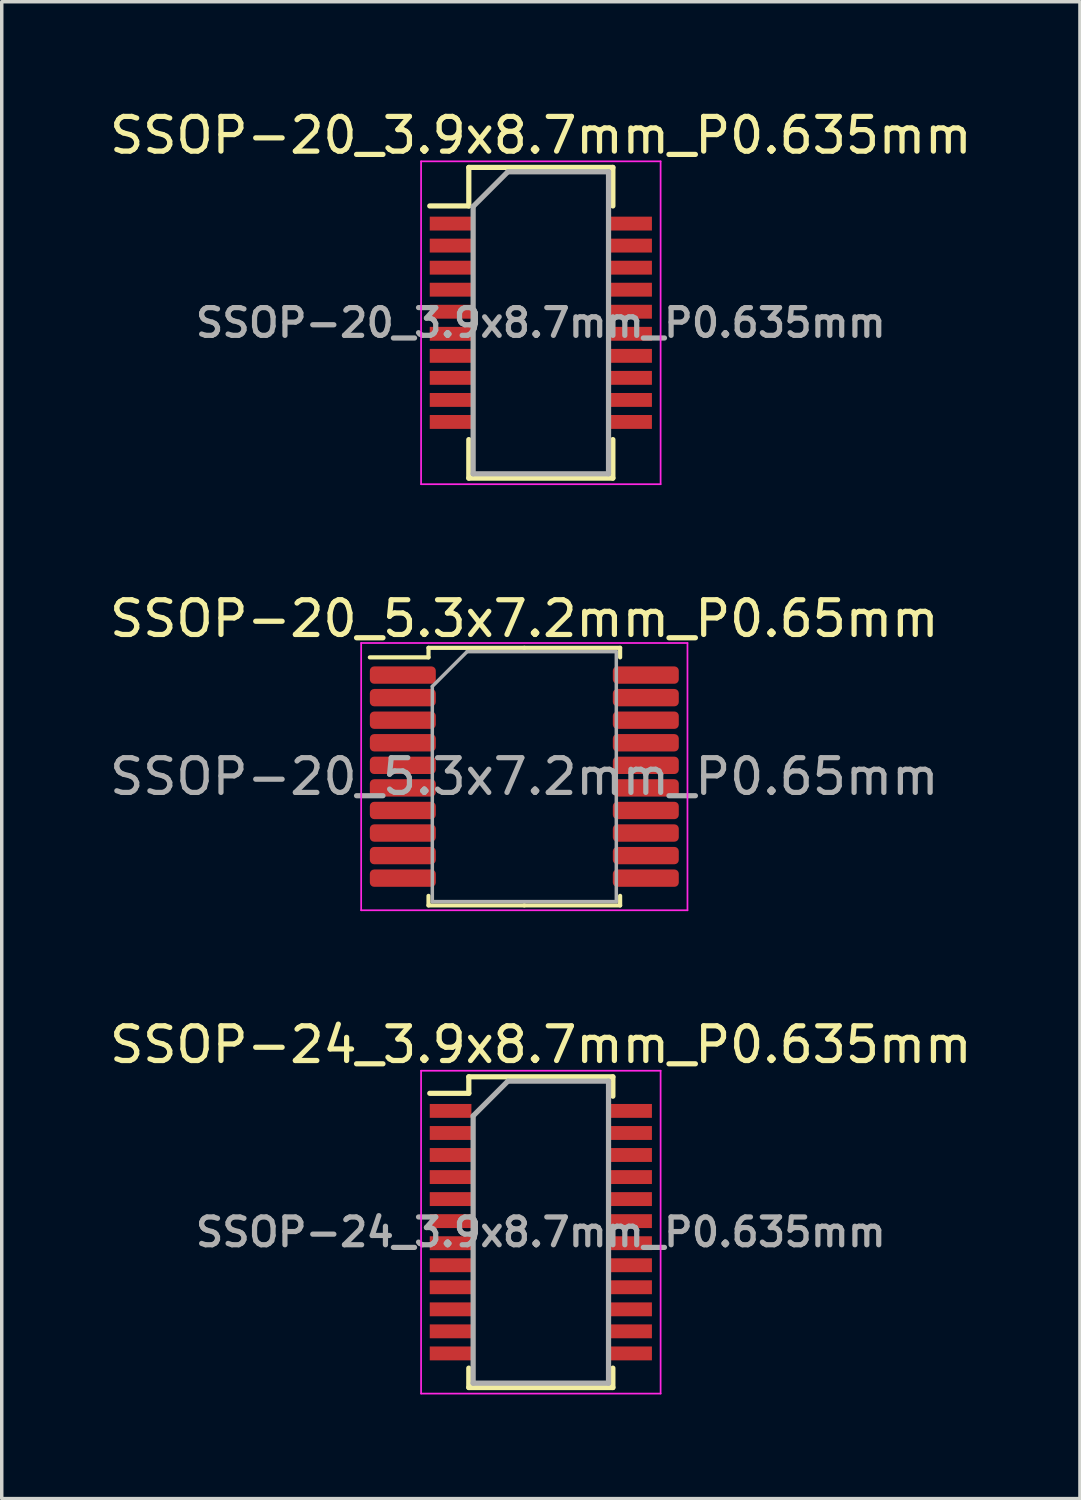
<source format=kicad_pcb>
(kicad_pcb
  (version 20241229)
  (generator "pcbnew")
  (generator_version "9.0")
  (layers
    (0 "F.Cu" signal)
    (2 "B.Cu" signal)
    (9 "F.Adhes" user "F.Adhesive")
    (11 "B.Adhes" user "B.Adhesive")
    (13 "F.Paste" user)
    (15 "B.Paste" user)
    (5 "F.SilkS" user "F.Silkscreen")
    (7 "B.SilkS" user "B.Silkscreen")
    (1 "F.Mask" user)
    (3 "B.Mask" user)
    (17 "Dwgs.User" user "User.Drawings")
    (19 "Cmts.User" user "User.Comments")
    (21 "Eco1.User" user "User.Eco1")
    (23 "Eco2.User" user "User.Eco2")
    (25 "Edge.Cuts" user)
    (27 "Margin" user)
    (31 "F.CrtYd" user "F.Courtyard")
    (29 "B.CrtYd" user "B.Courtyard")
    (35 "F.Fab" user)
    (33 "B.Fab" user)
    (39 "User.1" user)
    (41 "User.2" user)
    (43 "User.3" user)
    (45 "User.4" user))
  (footprint "SSOP-20_3.9x8.7mm_P0.635mm"
    (layer "F.Cu")
    (at 12.53 6.248)
    (property "Reference" "SSOP-20_3.9x8.7mm_P0.635mm" (at 0 -5.4 0) (layer "F.SilkS") (effects (font (size 1 1) (thickness 0.15))))
    (attr smd)
    (fp_line (start -2.075 -4.475) (end 2.075 -4.475) (stroke (width 0.15) (type solid)) (layer "F.SilkS"))
    (fp_line (start -2.075 -3.365) (end -3.2 -3.365) (stroke (width 0.15) (type solid)) (layer "F.SilkS"))
    (fp_line (start -2.075 -3.365) (end -2.075 -4.475) (stroke (width 0.15) (type solid)) (layer "F.SilkS"))
    (fp_line (start -2.075 4.475) (end -2.075 3.365) (stroke (width 0.15) (type solid)) (layer "F.SilkS"))
    (fp_line (start -2.075 4.475) (end 2.075 4.475) (stroke (width 0.15) (type solid)) (layer "F.SilkS"))
    (fp_line (start 2.075 -4.475) (end 2.075 -3.365) (stroke (width 0.15) (type solid)) (layer "F.SilkS"))
    (fp_line (start 2.075 4.475) (end 2.075 3.365) (stroke (width 0.15) (type solid)) (layer "F.SilkS"))
    (fp_line (start -3.45 -4.65) (end -3.45 4.65) (stroke (width 0.05) (type solid)) (layer "F.CrtYd"))
    (fp_line (start -3.45 -4.65) (end 3.45 -4.65) (stroke (width 0.05) (type solid)) (layer "F.CrtYd"))
    (fp_line (start -3.45 4.65) (end 3.45 4.65) (stroke (width 0.05) (type solid)) (layer "F.CrtYd"))
    (fp_line (start 3.45 -4.65) (end 3.45 4.65) (stroke (width 0.05) (type solid)) (layer "F.CrtYd"))
    (fp_line (start -1.95 -3.35) (end -0.95 -4.35) (stroke (width 0.15) (type solid)) (layer "F.Fab"))
    (fp_line (start -1.95 4.35) (end -1.95 -3.35) (stroke (width 0.15) (type solid)) (layer "F.Fab"))
    (fp_line (start -0.95 -4.35) (end 1.95 -4.35) (stroke (width 0.15) (type solid)) (layer "F.Fab"))
    (fp_line (start 1.95 -4.35) (end 1.95 4.35) (stroke (width 0.15) (type solid)) (layer "F.Fab"))
    (fp_line (start 1.95 4.35) (end -1.95 4.35) (stroke (width 0.15) (type solid)) (layer "F.Fab"))
    (fp_text user "${REFERENCE}" (at 0 0 0) (layer "F.Fab") (effects (font (size 0.8 0.8) (thickness 0.15))))
    (pad "1" smd rect (at -2.6 -2.857) (size 1.2 0.4) (layers "F.Cu" "F.Mask" "F.Paste"))
    (pad "2" smd rect (at -2.6 -2.223) (size 1.2 0.4) (layers "F.Cu" "F.Mask" "F.Paste"))
    (pad "3" smd rect (at -2.6 -1.587) (size 1.2 0.4) (layers "F.Cu" "F.Mask" "F.Paste"))
    (pad "4" smd rect (at -2.6 -0.953) (size 1.2 0.4) (layers "F.Cu" "F.Mask" "F.Paste"))
    (pad "5" smd rect (at -2.6 -0.318) (size 1.2 0.4) (layers "F.Cu" "F.Mask" "F.Paste"))
    (pad "6" smd rect (at -2.6 0.318) (size 1.2 0.4) (layers "F.Cu" "F.Mask" "F.Paste"))
    (pad "7" smd rect (at -2.6 0.953) (size 1.2 0.4) (layers "F.Cu" "F.Mask" "F.Paste"))
    (pad "8" smd rect (at -2.6 1.587) (size 1.2 0.4) (layers "F.Cu" "F.Mask" "F.Paste"))
    (pad "9" smd rect (at -2.6 2.223) (size 1.2 0.4) (layers "F.Cu" "F.Mask" "F.Paste"))
    (pad "10" smd rect (at -2.6 2.857) (size 1.2 0.4) (layers "F.Cu" "F.Mask" "F.Paste"))
    (pad "11" smd rect (at 2.6 2.857) (size 1.2 0.4) (layers "F.Cu" "F.Mask" "F.Paste"))
    (pad "12" smd rect (at 2.6 2.223) (size 1.2 0.4) (layers "F.Cu" "F.Mask" "F.Paste"))
    (pad "13" smd rect (at 2.6 1.587) (size 1.2 0.4) (layers "F.Cu" "F.Mask" "F.Paste"))
    (pad "14" smd rect (at 2.6 0.953) (size 1.2 0.4) (layers "F.Cu" "F.Mask" "F.Paste"))
    (pad "15" smd rect (at 2.6 0.318) (size 1.2 0.4) (layers "F.Cu" "F.Mask" "F.Paste"))
    (pad "16" smd rect (at 2.6 -0.318) (size 1.2 0.4) (layers "F.Cu" "F.Mask" "F.Paste"))
    (pad "17" smd rect (at 2.6 -0.953) (size 1.2 0.4) (layers "F.Cu" "F.Mask" "F.Paste"))
    (pad "18" smd rect (at 2.6 -1.587) (size 1.2 0.4) (layers "F.Cu" "F.Mask" "F.Paste"))
    (pad "19" smd rect (at 2.6 -2.223) (size 1.2 0.4) (layers "F.Cu" "F.Mask" "F.Paste"))
    (pad "20" smd rect (at 2.6 -2.857) (size 1.2 0.4) (layers "F.Cu" "F.Mask" "F.Paste")))
  (footprint "SSOP-24_3.9x8.7mm_P0.635mm"
    (layer "F.Cu")
    (at 12.53 32.445)
    (property "Reference" "SSOP-24_3.9x8.7mm_P0.635mm" (at 0 -5.4 0) (layer "F.SilkS") (effects (font (size 1 1) (thickness 0.15))))
    (attr smd)
    (fp_line (start -2.075 -4.475) (end -2.075 -4) (stroke (width 0.15) (type solid)) (layer "F.SilkS"))
    (fp_line (start -2.075 -4.475) (end 2.075 -4.475) (stroke (width 0.15) (type solid)) (layer "F.SilkS"))
    (fp_line (start -2.075 -4) (end -3.2 -4) (stroke (width 0.15) (type solid)) (layer "F.SilkS"))
    (fp_line (start -2.075 4.475) (end -2.075 3.917) (stroke (width 0.15) (type solid)) (layer "F.SilkS"))
    (fp_line (start -2.075 4.475) (end 2.075 4.475) (stroke (width 0.15) (type solid)) (layer "F.SilkS"))
    (fp_line (start 2.075 -4.475) (end 2.075 -3.917) (stroke (width 0.15) (type solid)) (layer "F.SilkS"))
    (fp_line (start 2.075 4.475) (end 2.075 3.917) (stroke (width 0.15) (type solid)) (layer "F.SilkS"))
    (fp_line (start -3.45 -4.65) (end -3.45 4.65) (stroke (width 0.05) (type solid)) (layer "F.CrtYd"))
    (fp_line (start -3.45 -4.65) (end 3.45 -4.65) (stroke (width 0.05) (type solid)) (layer "F.CrtYd"))
    (fp_line (start -3.45 4.65) (end 3.45 4.65) (stroke (width 0.05) (type solid)) (layer "F.CrtYd"))
    (fp_line (start 3.45 -4.65) (end 3.45 4.65) (stroke (width 0.05) (type solid)) (layer "F.CrtYd"))
    (fp_line (start -1.95 -3.35) (end -0.95 -4.35) (stroke (width 0.15) (type solid)) (layer "F.Fab"))
    (fp_line (start -1.95 4.35) (end -1.95 -3.35) (stroke (width 0.15) (type solid)) (layer "F.Fab"))
    (fp_line (start -0.95 -4.35) (end 1.95 -4.35) (stroke (width 0.15) (type solid)) (layer "F.Fab"))
    (fp_line (start 1.95 -4.35) (end 1.95 4.35) (stroke (width 0.15) (type solid)) (layer "F.Fab"))
    (fp_line (start 1.95 4.35) (end -1.95 4.35) (stroke (width 0.15) (type solid)) (layer "F.Fab"))
    (fp_text user "${REFERENCE}" (at 0 0 0) (layer "F.Fab") (effects (font (size 0.8 0.8) (thickness 0.15))))
    (pad "1" smd rect (at -2.6 -3.493) (size 1.2 0.4) (layers "F.Cu" "F.Mask" "F.Paste"))
    (pad "2" smd rect (at -2.6 -2.857) (size 1.2 0.4) (layers "F.Cu" "F.Mask" "F.Paste"))
    (pad "3" smd rect (at -2.6 -2.223) (size 1.2 0.4) (layers "F.Cu" "F.Mask" "F.Paste"))
    (pad "4" smd rect (at -2.6 -1.587) (size 1.2 0.4) (layers "F.Cu" "F.Mask" "F.Paste"))
    (pad "5" smd rect (at -2.6 -0.953) (size 1.2 0.4) (layers "F.Cu" "F.Mask" "F.Paste"))
    (pad "6" smd rect (at -2.6 -0.318) (size 1.2 0.4) (layers "F.Cu" "F.Mask" "F.Paste"))
    (pad "7" smd rect (at -2.6 0.318) (size 1.2 0.4) (layers "F.Cu" "F.Mask" "F.Paste"))
    (pad "8" smd rect (at -2.6 0.953) (size 1.2 0.4) (layers "F.Cu" "F.Mask" "F.Paste"))
    (pad "9" smd rect (at -2.6 1.587) (size 1.2 0.4) (layers "F.Cu" "F.Mask" "F.Paste"))
    (pad "10" smd rect (at -2.6 2.223) (size 1.2 0.4) (layers "F.Cu" "F.Mask" "F.Paste"))
    (pad "11" smd rect (at -2.6 2.857) (size 1.2 0.4) (layers "F.Cu" "F.Mask" "F.Paste"))
    (pad "12" smd rect (at -2.6 3.493) (size 1.2 0.4) (layers "F.Cu" "F.Mask" "F.Paste"))
    (pad "13" smd rect (at 2.6 3.493) (size 1.2 0.4) (layers "F.Cu" "F.Mask" "F.Paste"))
    (pad "14" smd rect (at 2.6 2.857) (size 1.2 0.4) (layers "F.Cu" "F.Mask" "F.Paste"))
    (pad "15" smd rect (at 2.6 2.223) (size 1.2 0.4) (layers "F.Cu" "F.Mask" "F.Paste"))
    (pad "16" smd rect (at 2.6 1.587) (size 1.2 0.4) (layers "F.Cu" "F.Mask" "F.Paste"))
    (pad "17" smd rect (at 2.6 0.953) (size 1.2 0.4) (layers "F.Cu" "F.Mask" "F.Paste"))
    (pad "18" smd rect (at 2.6 0.318) (size 1.2 0.4) (layers "F.Cu" "F.Mask" "F.Paste"))
    (pad "19" smd rect (at 2.6 -0.318) (size 1.2 0.4) (layers "F.Cu" "F.Mask" "F.Paste"))
    (pad "20" smd rect (at 2.6 -0.953) (size 1.2 0.4) (layers "F.Cu" "F.Mask" "F.Paste"))
    (pad "21" smd rect (at 2.6 -1.587) (size 1.2 0.4) (layers "F.Cu" "F.Mask" "F.Paste"))
    (pad "22" smd rect (at 2.6 -2.223) (size 1.2 0.4) (layers "F.Cu" "F.Mask" "F.Paste"))
    (pad "23" smd rect (at 2.6 -2.857) (size 1.2 0.4) (layers "F.Cu" "F.Mask" "F.Paste"))
    (pad "24" smd rect (at 2.6 -3.493) (size 1.2 0.4) (layers "F.Cu" "F.Mask" "F.Paste")))
  (footprint "SSOP-20_5.3x7.2mm_P0.65mm"
    (layer "F.Cu")
    (at 12.054 19.322)
    (property "Reference" "SSOP-20_5.3x7.2mm_P0.65mm" (at 0 -4.55 0) (layer "F.SilkS") (effects (font (size 1 1) (thickness 0.15))))
    (attr smd)
    (fp_line (start -2.76 -3.71) (end -2.76 -3.435) (stroke (width 0.12) (type solid)) (layer "F.SilkS"))
    (fp_line (start -2.76 -3.435) (end -4.45 -3.435) (stroke (width 0.12) (type solid)) (layer "F.SilkS"))
    (fp_line (start -2.76 3.71) (end -2.76 3.435) (stroke (width 0.12) (type solid)) (layer "F.SilkS"))
    (fp_line (start 0 -3.71) (end -2.76 -3.71) (stroke (width 0.12) (type solid)) (layer "F.SilkS"))
    (fp_line (start 0 -3.71) (end 2.76 -3.71) (stroke (width 0.12) (type solid)) (layer "F.SilkS"))
    (fp_line (start 0 3.71) (end -2.76 3.71) (stroke (width 0.12) (type solid)) (layer "F.SilkS"))
    (fp_line (start 0 3.71) (end 2.76 3.71) (stroke (width 0.12) (type solid)) (layer "F.SilkS"))
    (fp_line (start 2.76 -3.71) (end 2.76 -3.435) (stroke (width 0.12) (type solid)) (layer "F.SilkS"))
    (fp_line (start 2.76 3.71) (end 2.76 3.435) (stroke (width 0.12) (type solid)) (layer "F.SilkS"))
    (fp_line (start -4.7 -3.85) (end -4.7 3.85) (stroke (width 0.05) (type solid)) (layer "F.CrtYd"))
    (fp_line (start -4.7 3.85) (end 4.7 3.85) (stroke (width 0.05) (type solid)) (layer "F.CrtYd"))
    (fp_line (start 4.7 -3.85) (end -4.7 -3.85) (stroke (width 0.05) (type solid)) (layer "F.CrtYd"))
    (fp_line (start 4.7 3.85) (end 4.7 -3.85) (stroke (width 0.05) (type solid)) (layer "F.CrtYd"))
    (fp_line (start -2.65 -2.6) (end -1.65 -3.6) (stroke (width 0.1) (type solid)) (layer "F.Fab"))
    (fp_line (start -2.65 3.6) (end -2.65 -2.6) (stroke (width 0.1) (type solid)) (layer "F.Fab"))
    (fp_line (start -1.65 -3.6) (end 2.65 -3.6) (stroke (width 0.1) (type solid)) (layer "F.Fab"))
    (fp_line (start 2.65 -3.6) (end 2.65 3.6) (stroke (width 0.1) (type solid)) (layer "F.Fab"))
    (fp_line (start 2.65 3.6) (end -2.65 3.6) (stroke (width 0.1) (type solid)) (layer "F.Fab"))
    (fp_text user "${REFERENCE}" (at 0 0 0) (layer "F.Fab") (effects (font (size 1 1) (thickness 0.15))))
    (pad "1" smd roundrect (at -3.5 -2.925) (size 1.9 0.5) (layers "F.Cu" "F.Mask" "F.Paste") (roundrect_rratio 0.25))
    (pad "2" smd roundrect (at -3.5 -2.275) (size 1.9 0.5) (layers "F.Cu" "F.Mask" "F.Paste") (roundrect_rratio 0.25))
    (pad "3" smd roundrect (at -3.5 -1.625) (size 1.9 0.5) (layers "F.Cu" "F.Mask" "F.Paste") (roundrect_rratio 0.25))
    (pad "4" smd roundrect (at -3.5 -0.975) (size 1.9 0.5) (layers "F.Cu" "F.Mask" "F.Paste") (roundrect_rratio 0.25))
    (pad "5" smd roundrect (at -3.5 -0.325) (size 1.9 0.5) (layers "F.Cu" "F.Mask" "F.Paste") (roundrect_rratio 0.25))
    (pad "6" smd roundrect (at -3.5 0.325) (size 1.9 0.5) (layers "F.Cu" "F.Mask" "F.Paste") (roundrect_rratio 0.25))
    (pad "7" smd roundrect (at -3.5 0.975) (size 1.9 0.5) (layers "F.Cu" "F.Mask" "F.Paste") (roundrect_rratio 0.25))
    (pad "8" smd roundrect (at -3.5 1.625) (size 1.9 0.5) (layers "F.Cu" "F.Mask" "F.Paste") (roundrect_rratio 0.25))
    (pad "9" smd roundrect (at -3.5 2.275) (size 1.9 0.5) (layers "F.Cu" "F.Mask" "F.Paste") (roundrect_rratio 0.25))
    (pad "10" smd roundrect (at -3.5 2.925) (size 1.9 0.5) (layers "F.Cu" "F.Mask" "F.Paste") (roundrect_rratio 0.25))
    (pad "11" smd roundrect (at 3.5 2.925) (size 1.9 0.5) (layers "F.Cu" "F.Mask" "F.Paste") (roundrect_rratio 0.25))
    (pad "12" smd roundrect (at 3.5 2.275) (size 1.9 0.5) (layers "F.Cu" "F.Mask" "F.Paste") (roundrect_rratio 0.25))
    (pad "13" smd roundrect (at 3.5 1.625) (size 1.9 0.5) (layers "F.Cu" "F.Mask" "F.Paste") (roundrect_rratio 0.25))
    (pad "14" smd roundrect (at 3.5 0.975) (size 1.9 0.5) (layers "F.Cu" "F.Mask" "F.Paste") (roundrect_rratio 0.25))
    (pad "15" smd roundrect (at 3.5 0.325) (size 1.9 0.5) (layers "F.Cu" "F.Mask" "F.Paste") (roundrect_rratio 0.25))
    (pad "16" smd roundrect (at 3.5 -0.325) (size 1.9 0.5) (layers "F.Cu" "F.Mask" "F.Paste") (roundrect_rratio 0.25))
    (pad "17" smd roundrect (at 3.5 -0.975) (size 1.9 0.5) (layers "F.Cu" "F.Mask" "F.Paste") (roundrect_rratio 0.25))
    (pad "18" smd roundrect (at 3.5 -1.625) (size 1.9 0.5) (layers "F.Cu" "F.Mask" "F.Paste") (roundrect_rratio 0.25))
    (pad "19" smd roundrect (at 3.5 -2.275) (size 1.9 0.5) (layers "F.Cu" "F.Mask" "F.Paste") (roundrect_rratio 0.25))
    (pad "20" smd roundrect (at 3.5 -2.925) (size 1.9 0.5) (layers "F.Cu" "F.Mask" "F.Paste") (roundrect_rratio 0.25)))
  (gr_rect
    (start -3 -3)
    (end 28.06 40.12)
    (stroke (width 0.1) (type default))
    (fill no)
    (layer "Edge.Cuts")))
</source>
